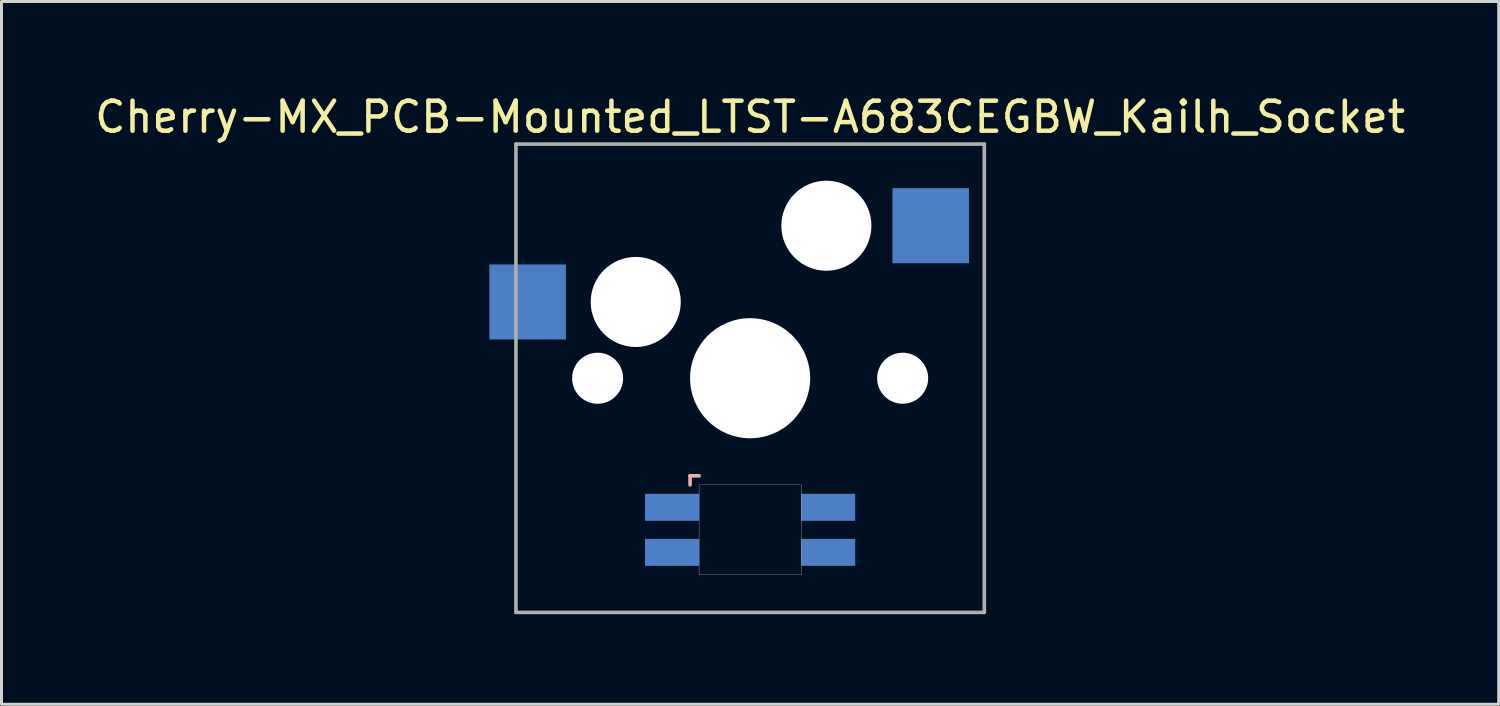
<source format=kicad_pcb>
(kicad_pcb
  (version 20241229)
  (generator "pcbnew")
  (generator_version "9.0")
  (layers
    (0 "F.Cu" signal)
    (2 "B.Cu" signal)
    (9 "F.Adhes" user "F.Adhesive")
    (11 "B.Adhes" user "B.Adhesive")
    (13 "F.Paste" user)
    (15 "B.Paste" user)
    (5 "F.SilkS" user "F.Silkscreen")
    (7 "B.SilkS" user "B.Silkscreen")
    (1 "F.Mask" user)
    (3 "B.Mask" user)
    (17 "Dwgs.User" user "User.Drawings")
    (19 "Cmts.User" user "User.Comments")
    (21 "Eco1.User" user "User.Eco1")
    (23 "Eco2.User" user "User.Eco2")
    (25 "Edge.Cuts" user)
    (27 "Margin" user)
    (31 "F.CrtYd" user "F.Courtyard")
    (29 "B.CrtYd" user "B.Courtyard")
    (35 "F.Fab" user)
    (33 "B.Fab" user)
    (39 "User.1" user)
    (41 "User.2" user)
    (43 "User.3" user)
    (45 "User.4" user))
  (footprint "Cherry-MX_PCB-Mounted_LTST-A683CEGBW_Kailh_Socket"
    (layer "F.Cu")
    (at 21.935 9.548)
    (property "Reference" "Cherry-MX_PCB-Mounted_LTST-A683CEGBW_Kailh_Socket" (at 0 -8.7 0) (layer "F.SilkS") (effects (font (size 1 1) (thickness 0.15))))
    (attr through_hole)
    (fp_line (start -2 3.25) (end -2 3.55) (stroke (width 0.12) (type solid)) (layer "B.SilkS"))
    (fp_line (start -1.7 3.25) (end -2 3.25) (stroke (width 0.12) (type solid)) (layer "B.SilkS"))
    (fp_poly (pts (xy 1.7 6.55) (xy -1.7 6.55) (xy -1.7 3.55) (xy 1.7 3.55)) (stroke (width 0.01) (type solid)) (fill no) (layer "Edge.Cuts"))
    (fp_line (start -7.8 -7.8) (end 7.8 -7.8) (stroke (width 0.12) (type solid)) (layer "F.Fab"))
    (fp_line (start -7.8 7.8) (end -7.8 -7.8) (stroke (width 0.12) (type solid)) (layer "F.Fab"))
    (fp_line (start 7.8 7.8) (end -7.8 7.8) (stroke (width 0.12) (type solid)) (layer "F.Fab"))
    (fp_line (start 7.8 7.8) (end 7.8 -7.8) (stroke (width 0.12) (type solid)) (layer "F.Fab"))
    (pad "" np_thru_hole circle (at -5.08 0) (size 1.7 1.7) (drill 1.7) (layers "*.Cu" "*.Mask"))
    (pad "" np_thru_hole circle (at -3.81 -2.54) (size 3 3) (drill 3) (layers "*.Cu" "*.Mask"))
    (pad "" np_thru_hole circle (at 0 0) (size 4 4) (drill 4) (layers "*.Cu" "*.Mask"))
    (pad "" np_thru_hole circle (at 2.54 -5.08) (size 3 3) (drill 3) (layers "*.Cu" "*.Mask"))
    (pad "" np_thru_hole circle (at 5.08 0) (size 1.7 1.7) (drill 1.7) (layers "*.Cu" "*.Mask"))
    (pad "1" smd rect (at -2.6 4.3) (size 1.8 0.9) (layers "B.Cu" "B.Mask" "B.Paste"))
    (pad "2" smd rect (at -2.6 5.8) (size 1.8 0.9) (layers "B.Cu" "B.Mask" "B.Paste"))
    (pad "3" smd rect (at 2.6 4.3) (size 1.8 0.9) (layers "B.Cu" "B.Mask" "B.Paste"))
    (pad "4" smd rect (at 2.6 5.8) (size 1.8 0.9) (layers "B.Cu" "B.Mask" "B.Paste"))
    (pad "5" smd rect (at -7.41 -2.54) (size 2.55 2.5) (layers "B.Cu" "B.Mask" "B.Paste"))
    (pad "6" smd rect (at 6.015 -5.08) (size 2.55 2.5) (layers "B.Cu" "B.Mask" "B.Paste")))
  (gr_rect
    (start -3 -3)
    (end 46.869 20.408)
    (stroke (width 0.1) (type default))
    (fill no)
    (layer "Edge.Cuts")))
</source>
